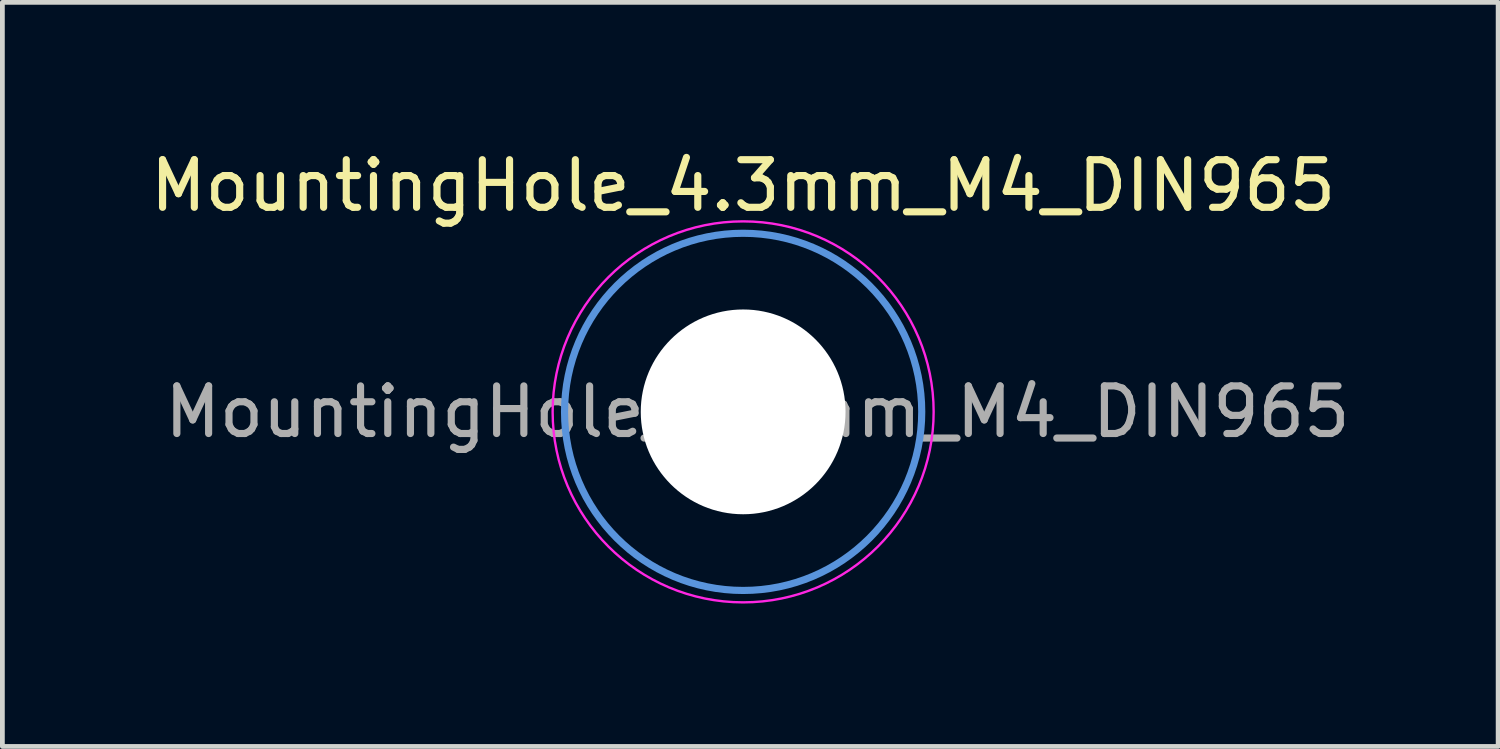
<source format=kicad_pcb>
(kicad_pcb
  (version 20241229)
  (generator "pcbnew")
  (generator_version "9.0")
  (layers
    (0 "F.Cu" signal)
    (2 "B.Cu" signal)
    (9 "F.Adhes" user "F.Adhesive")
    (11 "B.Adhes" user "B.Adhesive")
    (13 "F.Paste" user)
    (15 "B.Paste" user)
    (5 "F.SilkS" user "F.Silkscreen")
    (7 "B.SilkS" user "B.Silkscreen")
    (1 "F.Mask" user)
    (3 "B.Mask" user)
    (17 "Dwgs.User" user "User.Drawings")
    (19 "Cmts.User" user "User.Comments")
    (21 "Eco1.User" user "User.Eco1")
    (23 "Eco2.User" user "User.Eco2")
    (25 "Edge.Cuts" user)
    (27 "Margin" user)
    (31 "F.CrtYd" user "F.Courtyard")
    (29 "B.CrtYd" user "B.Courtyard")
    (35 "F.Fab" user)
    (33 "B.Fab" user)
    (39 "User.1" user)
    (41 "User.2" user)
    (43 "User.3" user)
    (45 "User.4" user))
  (footprint "MountingHole_4.3mm_M4_DIN965"
    (layer "F.Cu")
    (at 12.554 5.598)
    (property "Reference" "MountingHole_4.3mm_M4_DIN965" (at 0 -4.75 0) (layer "F.SilkS") (effects (font (size 1 1) (thickness 0.15))))
    (attr exclude_from_pos_files exclude_from_bom)
    (fp_circle (center 0 0) (end 3.75 0) (stroke (width 0.15) (type solid)) (fill no) (layer "Cmts.User"))
    (fp_circle (center 0 0) (end 4 0) (stroke (width 0.05) (type solid)) (fill no) (layer "F.CrtYd"))
    (fp_text user "${REFERENCE}" (at 0.3 0 0) (layer "F.Fab") (effects (font (size 1 1) (thickness 0.15))))
    (pad "" np_thru_hole circle (at 0 0) (size 4.3 4.3) (drill 4.3) (layers "*.Cu" "*.Mask")))
  (gr_rect
    (start -3 -3)
    (end 28.407 12.623)
    (stroke (width 0.1) (type default))
    (fill no)
    (layer "Edge.Cuts")))
</source>
